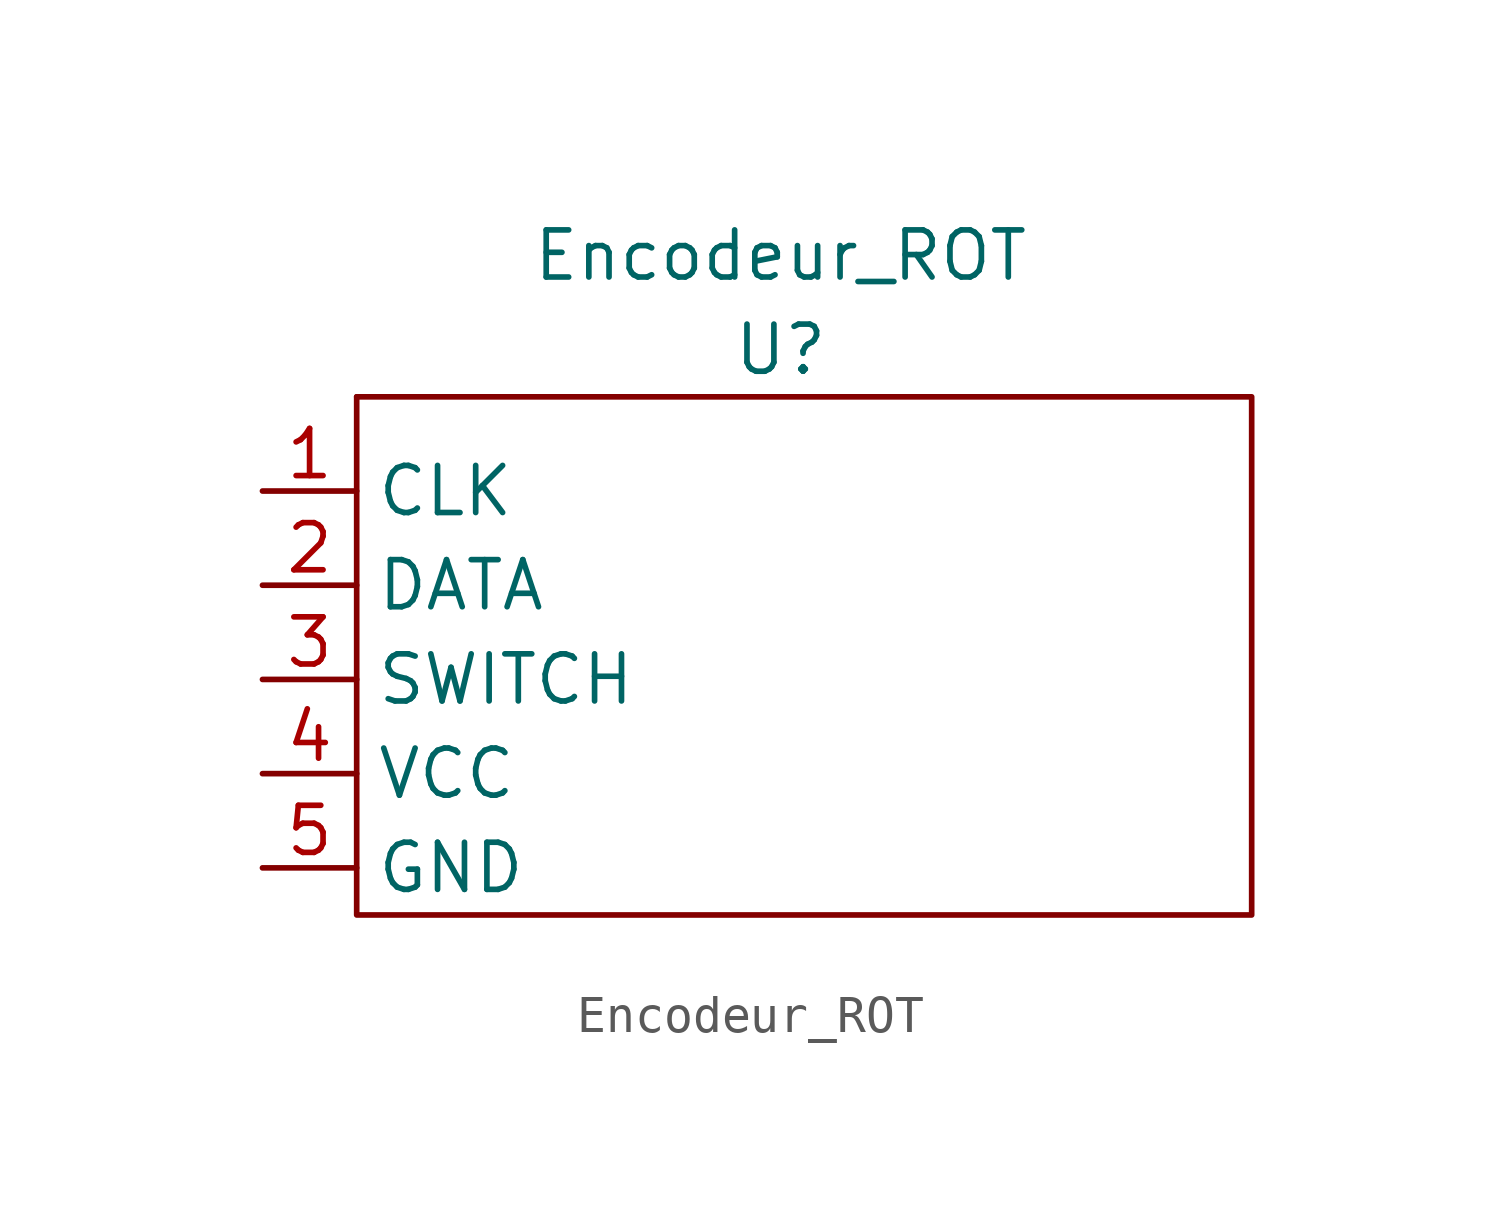
<source format=kicad_sym>
(kicad_symbol_lib
  (version 20211014)
  (generator kicad_symbol_editor)
  (symbol "Encodeur_ROT"
    (property "Reference" "U"
      (at 0 0 0)
      (effects (font (size 1.27 1.27))))
    (property "Value" "Encodeur_ROT"
      (at 0 2.54 0)
      (effects (font (size 1.27 1.27))))
    (symbol "Encodeur_ROT_0_1"
      (rectangle (start -11.43 -1.27) (end -11.43 -1.27) (stroke (width 0) (type default) (color 0 0 0 0)) (fill (type none)))
      (rectangle (start -11.43 -1.27) (end 12.7 -15.24) (stroke (width 0) (type default) (color 0 0 0 0)) (fill (type none))))
    (symbol "Encodeur_ROT_1_1"
      (pin input line (at -13.97 -3.81 0) (length 2.54) (name "CLK" (effects (font (size 1.27 1.27)))) (number "1" (effects (font (size 1.27 1.27)))))
      (pin input line (at -13.97 -6.35 0) (length 2.54) (name "DATA" (effects (font (size 1.27 1.27)))) (number "2" (effects (font (size 1.27 1.27)))))
      (pin input line (at -13.97 -8.89 0) (length 2.54) (name "SWITCH" (effects (font (size 1.27 1.27)))) (number "3" (effects (font (size 1.27 1.27)))))
      (pin input line (at -13.97 -11.43 0) (length 2.54) (name "VCC" (effects (font (size 1.27 1.27)))) (number "4" (effects (font (size 1.27 1.27)))))
      (pin unspecified line (at -13.97 -13.97 0) (length 2.54) (name "GND" (effects (font (size 1.27 1.27)))) (number "5" (effects (font (size 1.27 1.27))))))))
</source>
